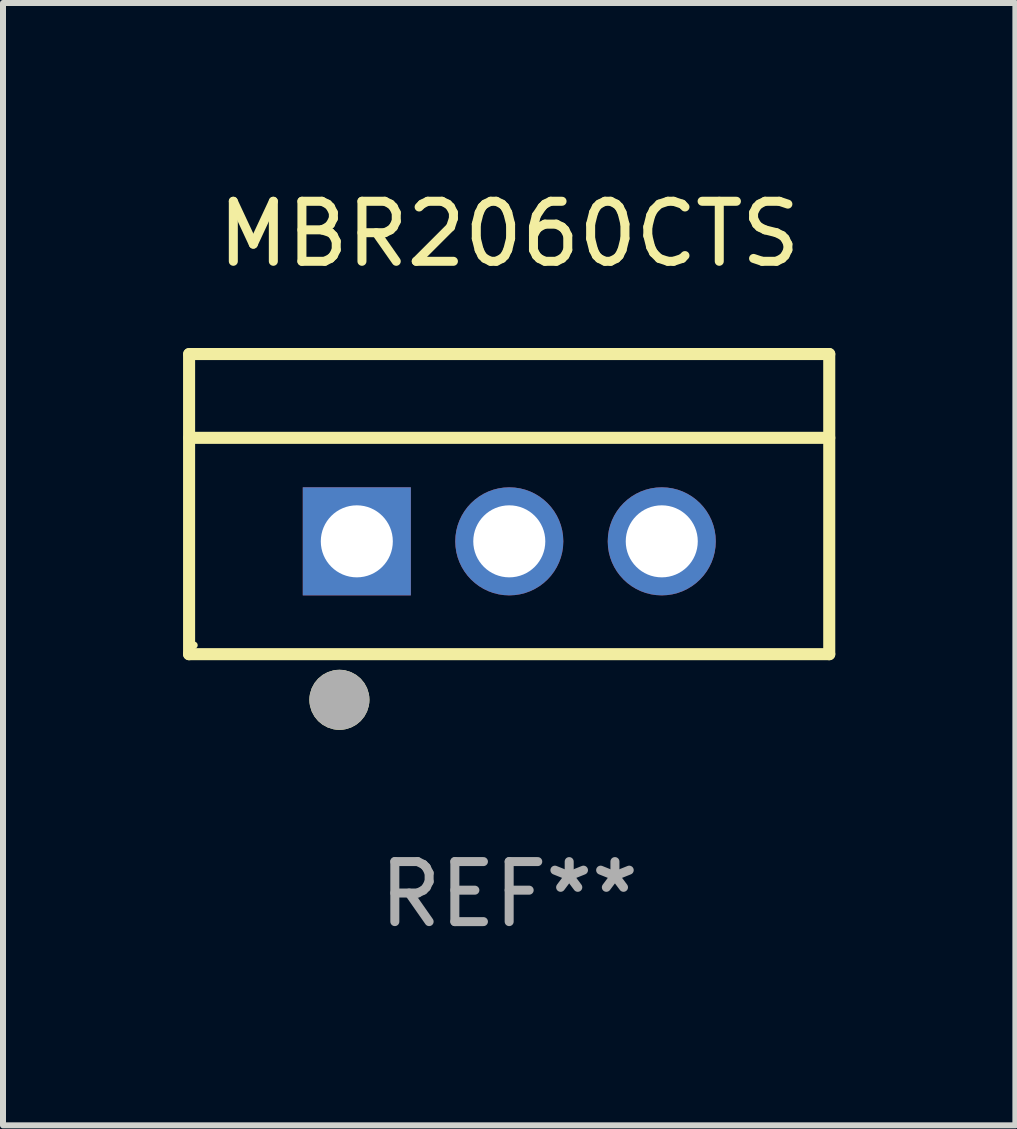
<source format=kicad_pcb>
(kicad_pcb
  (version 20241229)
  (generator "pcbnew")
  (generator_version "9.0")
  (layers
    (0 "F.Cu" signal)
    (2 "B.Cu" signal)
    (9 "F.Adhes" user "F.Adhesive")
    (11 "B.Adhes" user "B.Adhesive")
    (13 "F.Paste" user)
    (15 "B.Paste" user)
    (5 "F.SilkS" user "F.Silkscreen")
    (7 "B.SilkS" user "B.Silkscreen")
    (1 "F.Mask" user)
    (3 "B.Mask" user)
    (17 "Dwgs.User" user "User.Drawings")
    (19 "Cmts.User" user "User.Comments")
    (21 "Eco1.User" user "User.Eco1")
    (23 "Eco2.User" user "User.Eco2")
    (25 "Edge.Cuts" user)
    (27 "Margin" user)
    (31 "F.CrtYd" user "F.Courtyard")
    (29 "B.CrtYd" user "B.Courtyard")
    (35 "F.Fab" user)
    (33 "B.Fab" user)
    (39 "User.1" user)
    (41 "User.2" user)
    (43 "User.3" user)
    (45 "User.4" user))
  (footprint "MBR2060CTS"
    (layer "F.Cu")
    (at 5.432 5.348)
    (property "Reference" "MBR2060CTS" (at 0 -4.5 0) (layer "F.SilkS") (effects (font (size 1 1) (thickness 0.15))))
    (attr through_hole)
    (fp_line (start -5.332 2.5) (end -5.332 -2.5) (stroke (width 0.201) (type solid)) (layer "F.SilkS"))
    (fp_line (start -5.328 -2.5) (end 5.332 -2.5) (stroke (width 0.201) (type solid)) (layer "F.SilkS"))
    (fp_line (start -5.328 -1.104) (end 5.332 -1.104) (stroke (width 0.201) (type solid)) (layer "F.SilkS"))
    (fp_line (start 5.332 -2.5) (end 5.332 2.5) (stroke (width 0.201) (type solid)) (layer "F.SilkS"))
    (fp_line (start 5.332 2.5) (end -5.332 2.5) (stroke (width 0.201) (type solid)) (layer "F.SilkS"))
    (fp_circle (center -5.248 2.35) (end -5.218 2.35) (stroke (width 0.06) (type solid)) (fill no) (layer "F.SilkS"))
    (fp_circle (center -2.828 3.26) (end -2.578 3.26) (stroke (width 0.5) (type solid)) (fill no) (layer "F.SilkS"))
    (fp_circle (center -2.828 3.26) (end -2.578 3.26) (stroke (width 0.5) (type solid)) (fill no) (layer "F.Fab"))
    (fp_text user "REF**" (at 0 6.5 0) (layer "F.Fab") (effects (font (size 1 1) (thickness 0.15))))
    (pad "1" thru_hole rect (at -2.538 0.62) (size 1.8 1.8) (drill 1.2) (layers "*.Cu" "*.Mask"))
    (pad "2" thru_hole circle (at 0.002 0.62) (size 1.8 1.8) (drill 1.2) (layers "*.Cu" "*.Mask"))
    (pad "3" thru_hole circle (at 2.542 0.62) (size 1.8 1.8) (drill 1.2) (layers "*.Cu" "*.Mask")))
  (gr_rect
    (start -3 -3)
    (end 13.865 15.697)
    (stroke (width 0.1) (type default))
    (fill no)
    (layer "Edge.Cuts")))
</source>
